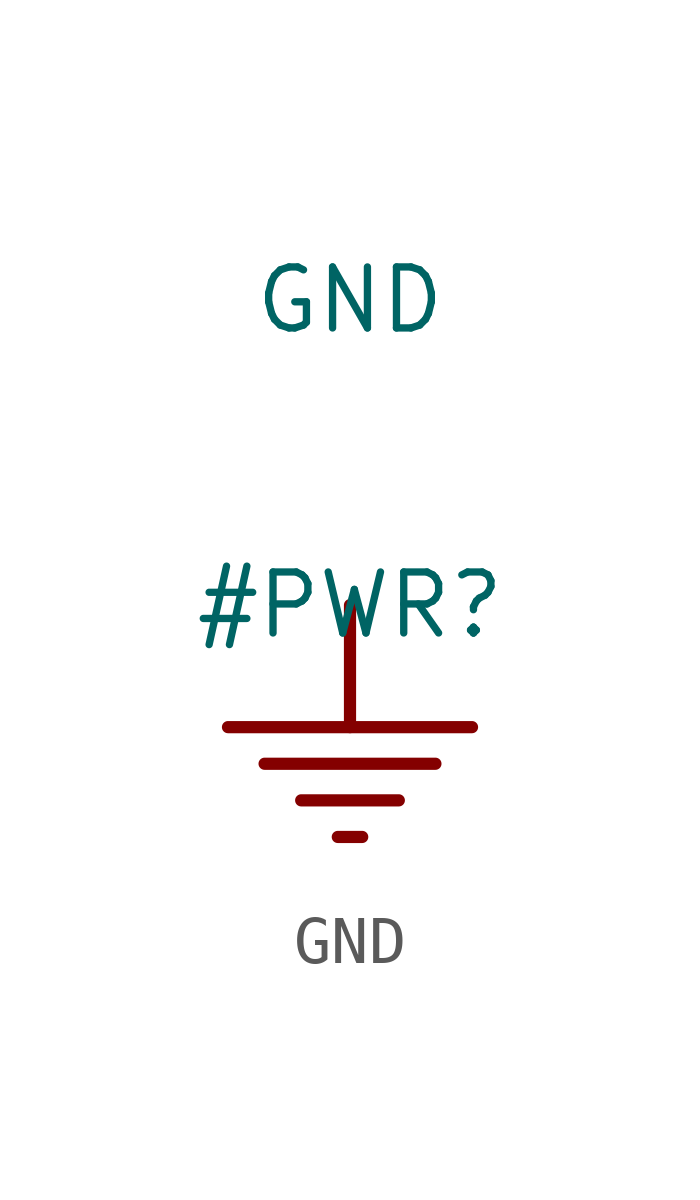
<source format=kicad_sym>
(kicad_symbol_lib
  (version 20210619)
  (generator kicad_symbol_editor)
  (symbol "OSD19001_CORE-altium-import:GND"
    (power)
    (property "Reference" "#PWR"
      (at 0 0 0)
      (effects (font (size 1.27 1.27))))
    (property "Value" "GND"
      (at 0 6.35 0)
      (effects (font (size 1.27 1.27))))
    (symbol "GND_0_0"
      (polyline (pts (xy -0.254 -4.826) (xy 0.254 -4.826)) (stroke (width 0.254)) (fill (type none)))
      (polyline (pts (xy -2.54 -2.54) (xy 2.54 -2.54)) (stroke (width 0.254)) (fill (type none)))
      (polyline (pts (xy -1.778 -3.302) (xy 1.778 -3.302)) (stroke (width 0.254)) (fill (type none)))
      (polyline (pts (xy -1.016 -4.064) (xy 1.016 -4.064)) (stroke (width 0.254)) (fill (type none)))
      (polyline (pts (xy 0 0) (xy 0 -2.54)) (stroke (width 0.254)) (fill (type none)))
      (pin power_in line (at 0 0 0) (length 0) hide (name "GND" (effects (font (size 1.27 1.27)))) (number "" (effects (font (size 1.27 1.27))))))))
</source>
